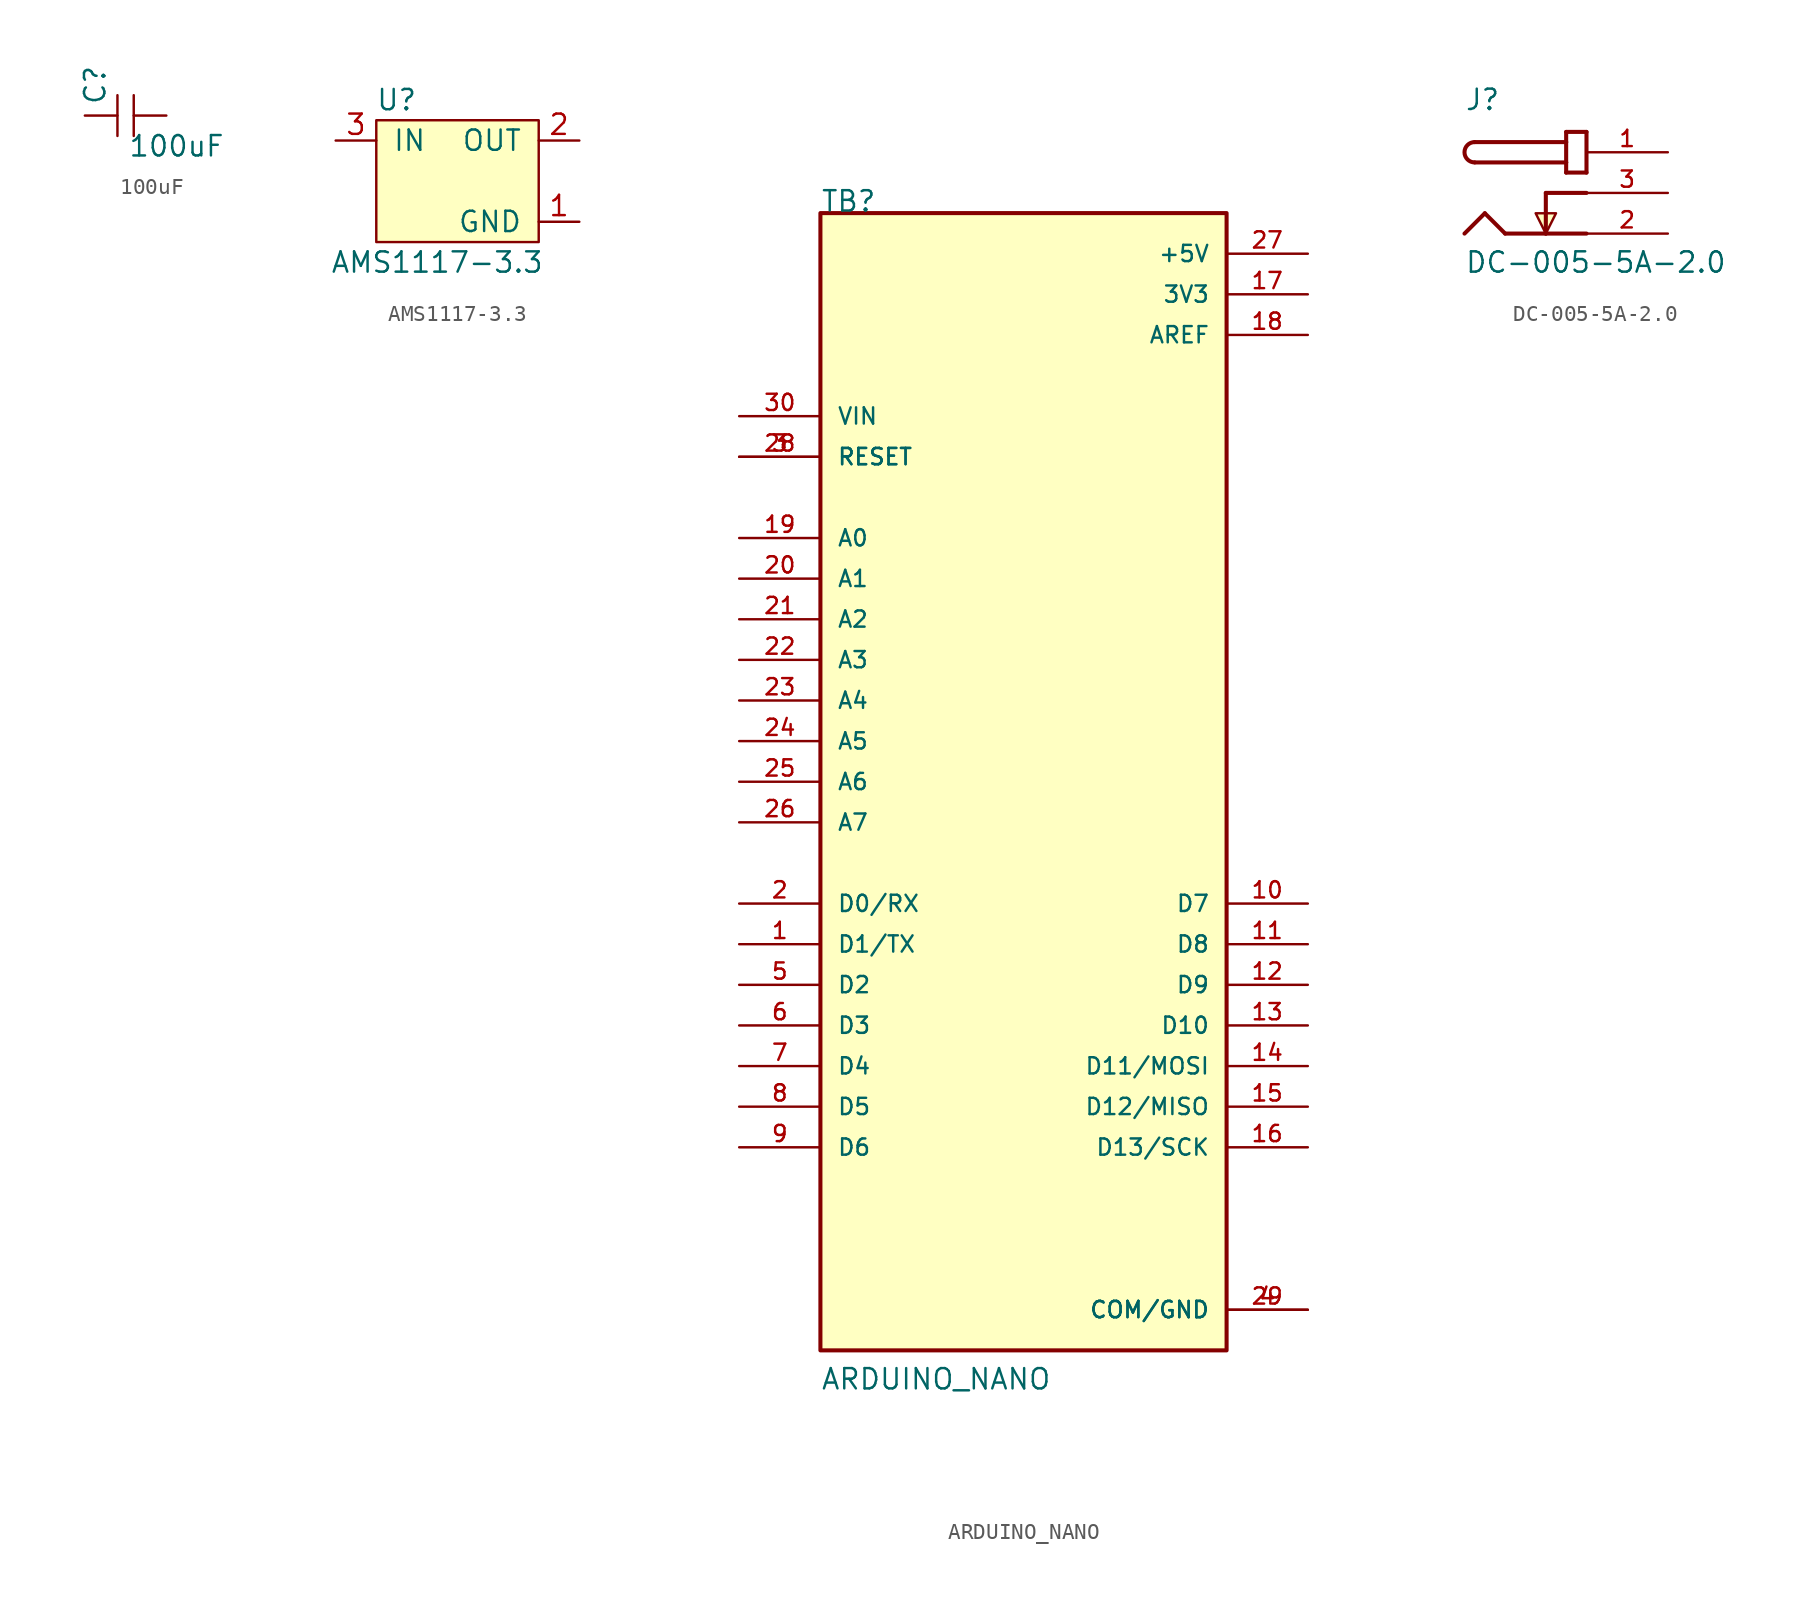
<source format=kicad_sym>
(kicad_symbol_lib
  (version 20211014)
  (generator kicad_symbol_editor)
  (symbol "100uF"
    (pin_numbers hide)
    (pin_names
      (offset 1.016) hide)
    (property "Reference" "C"
      (at -1.905 1.905 90)
      (effects (font (size 1.27 1.27))))
    (property "Value" "100uF"
      (at 3.175 -1.905 0)
      (effects (font (size 1.27 1.27))))
    (symbol "100uF_0_1"
      (polyline (pts (xy -0.508 1.27) (xy -0.508 -1.27)) (stroke (width 0) (type default) (color 0 0 0 0)) (fill (type none)))
      (polyline (pts (xy 0.508 1.27) (xy 0.508 -1.27)) (stroke (width 0) (type default) (color 0 0 0 0)) (fill (type none))))
    (symbol "100uF_1_1"
      (pin input line (at -2.54 0 0) (length 2.032) (name "1" (effects (font (size 1.27 1.27)))) (number "1" (effects (font (size 1.27 1.27)))))
      (pin input line (at 2.54 0 180) (length 2.032) (name "2" (effects (font (size 1.27 1.27)))) (number "2" (effects (font (size 1.27 1.27)))))))
  (symbol "AMS1117-3.3"
    (pin_names
      (offset 1.016))
    (property "Reference" "U"
      (at -3.81 3.81 0)
      (effects (font (size 1.27 1.27))))
    (property "Value" "AMS1117-3.3"
      (at -1.27 -6.35 0)
      (effects (font (size 1.27 1.27))))
    (symbol "AMS1117-3.3_0_1"
      (rectangle (start -5.08 2.54) (end 5.08 -5.08) (stroke (width 0) (type default) (color 0 0 0 0)) (fill (type background))))
    (symbol "AMS1117-3.3_1_1"
      (pin passive line (at 7.62 -3.81 180) (length 2.54) (name "GND" (effects (font (size 1.27 1.27)))) (number "1" (effects (font (size 1.27 1.27)))))
      (pin passive line (at 7.62 1.27 180) (length 2.54) (name "OUT" (effects (font (size 1.27 1.27)))) (number "2" (effects (font (size 1.27 1.27)))))
      (pin passive line (at -7.62 1.27 0) (length 2.54) (name "IN" (effects (font (size 1.27 1.27)))) (number "3" (effects (font (size 1.27 1.27)))))
      (pin passive line (at 7.62 1.27 180) (length 2.54) hide (name "OUT" (effects (font (size 1.27 1.27)))) (number "4" (effects (font (size 1.27 1.27)))))))
  (symbol "ARDUINO_NANO"
    (pin_names
      (offset 1.016))
    (property "Reference" "TB"
      (at -12.7 35.56 0)
      (effects (font (size 1.27 1.27)) (justify left bottom)))
    (property "Value" "ARDUINO_NANO"
      (at -12.7 -38.1 0)
      (effects (font (size 1.27 1.27)) (justify left bottom)))
    (property "ki_locked" ""
      (at 0 0 0)
      (effects (font (size 1.27 1.27))))
    (symbol "ARDUINO_NANO_0_0"
      (rectangle (start -12.7 -35.56) (end 12.7 35.56) (stroke (width 0.254) (type default) (color 0 0 0 0)) (fill (type background)))
      (pin bidirectional line (at -17.78 -10.16 0) (length 5.08) (name "D1/TX" (effects (font (size 1.016 1.016)))) (number "1" (effects (font (size 1.016 1.016)))))
      (pin bidirectional line (at 17.78 -7.62 180) (length 5.08) (name "D7" (effects (font (size 1.016 1.016)))) (number "10" (effects (font (size 1.016 1.016)))))
      (pin bidirectional line (at 17.78 -10.16 180) (length 5.08) (name "D8" (effects (font (size 1.016 1.016)))) (number "11" (effects (font (size 1.016 1.016)))))
      (pin bidirectional line (at 17.78 -12.7 180) (length 5.08) (name "D9" (effects (font (size 1.016 1.016)))) (number "12" (effects (font (size 1.016 1.016)))))
      (pin bidirectional line (at 17.78 -15.24 180) (length 5.08) (name "D10" (effects (font (size 1.016 1.016)))) (number "13" (effects (font (size 1.016 1.016)))))
      (pin bidirectional line (at 17.78 -17.78 180) (length 5.08) (name "D11/MOSI" (effects (font (size 1.016 1.016)))) (number "14" (effects (font (size 1.016 1.016)))))
      (pin bidirectional line (at 17.78 -20.32 180) (length 5.08) (name "D12/MISO" (effects (font (size 1.016 1.016)))) (number "15" (effects (font (size 1.016 1.016)))))
      (pin bidirectional line (at 17.78 -22.86 180) (length 5.08) (name "D13/SCK" (effects (font (size 1.016 1.016)))) (number "16" (effects (font (size 1.016 1.016)))))
      (pin power_in line (at 17.78 30.48 180) (length 5.08) (name "3V3" (effects (font (size 1.016 1.016)))) (number "17" (effects (font (size 1.016 1.016)))))
      (pin power_in line (at 17.78 27.94 180) (length 5.08) (name "AREF" (effects (font (size 1.016 1.016)))) (number "18" (effects (font (size 1.016 1.016)))))
      (pin input line (at -17.78 15.24 0) (length 5.08) (name "A0" (effects (font (size 1.016 1.016)))) (number "19" (effects (font (size 1.016 1.016)))))
      (pin bidirectional line (at -17.78 -7.62 0) (length 5.08) (name "D0/RX" (effects (font (size 1.016 1.016)))) (number "2" (effects (font (size 1.016 1.016)))))
      (pin input line (at -17.78 12.7 0) (length 5.08) (name "A1" (effects (font (size 1.016 1.016)))) (number "20" (effects (font (size 1.016 1.016)))))
      (pin input line (at -17.78 10.16 0) (length 5.08) (name "A2" (effects (font (size 1.016 1.016)))) (number "21" (effects (font (size 1.016 1.016)))))
      (pin input line (at -17.78 7.62 0) (length 5.08) (name "A3" (effects (font (size 1.016 1.016)))) (number "22" (effects (font (size 1.016 1.016)))))
      (pin input line (at -17.78 5.08 0) (length 5.08) (name "A4" (effects (font (size 1.016 1.016)))) (number "23" (effects (font (size 1.016 1.016)))))
      (pin input line (at -17.78 2.54 0) (length 5.08) (name "A5" (effects (font (size 1.016 1.016)))) (number "24" (effects (font (size 1.016 1.016)))))
      (pin input line (at -17.78 0 0) (length 5.08) (name "A6" (effects (font (size 1.016 1.016)))) (number "25" (effects (font (size 1.016 1.016)))))
      (pin input line (at -17.78 -2.54 0) (length 5.08) (name "A7" (effects (font (size 1.016 1.016)))) (number "26" (effects (font (size 1.016 1.016)))))
      (pin power_in line (at 17.78 33.02 180) (length 5.08) (name "+5V" (effects (font (size 1.016 1.016)))) (number "27" (effects (font (size 1.016 1.016)))))
      (pin input line (at -17.78 20.32 0) (length 5.08) (name "RESET" (effects (font (size 1.016 1.016)))) (number "28" (effects (font (size 1.016 1.016)))))
      (pin power_in line (at 17.78 -33.02 180) (length 5.08) (name "COM/GND" (effects (font (size 1.016 1.016)))) (number "29" (effects (font (size 1.016 1.016)))))
      (pin input line (at -17.78 20.32 0) (length 5.08) (name "RESET" (effects (font (size 1.016 1.016)))) (number "3" (effects (font (size 1.016 1.016)))))
      (pin input line (at -17.78 22.86 0) (length 5.08) (name "VIN" (effects (font (size 1.016 1.016)))) (number "30" (effects (font (size 1.016 1.016)))))
      (pin power_in line (at 17.78 -33.02 180) (length 5.08) (name "COM/GND" (effects (font (size 1.016 1.016)))) (number "4" (effects (font (size 1.016 1.016)))))
      (pin bidirectional line (at -17.78 -12.7 0) (length 5.08) (name "D2" (effects (font (size 1.016 1.016)))) (number "5" (effects (font (size 1.016 1.016)))))
      (pin bidirectional line (at -17.78 -15.24 0) (length 5.08) (name "D3" (effects (font (size 1.016 1.016)))) (number "6" (effects (font (size 1.016 1.016)))))
      (pin bidirectional line (at -17.78 -17.78 0) (length 5.08) (name "D4" (effects (font (size 1.016 1.016)))) (number "7" (effects (font (size 1.016 1.016)))))
      (pin bidirectional line (at -17.78 -20.32 0) (length 5.08) (name "D5" (effects (font (size 1.016 1.016)))) (number "8" (effects (font (size 1.016 1.016)))))
      (pin bidirectional line (at -17.78 -22.86 0) (length 5.08) (name "D6" (effects (font (size 1.016 1.016)))) (number "9" (effects (font (size 1.016 1.016)))))))
  (symbol "DC-005-5A-2.0"
    (pin_names
      (offset 1.016) hide)
    (property "Reference" "J"
      (at -5.08 5.08 0)
      (effects (font (size 1.27 1.27)) (justify left bottom)))
    (property "Value" "DC-005-5A-2.0"
      (at -5.08 -5.08 0)
      (effects (font (size 1.27 1.27)) (justify left bottom)))
    (property "ki_locked" ""
      (at 0 0 0)
      (effects (font (size 1.27 1.27))))
    (symbol "DC-005-5A-2.0_0_0"
      (arc (start -4.445 3.175) (mid -5.08 2.54) (end -4.445 1.905) (stroke (width 0.254) (type default) (color 0 0 0 0)) (fill (type none)))
      (polyline (pts (xy -4.445 1.905) (xy 1.27 1.905)) (stroke (width 0.254) (type default) (color 0 0 0 0)) (fill (type none)))
      (polyline (pts (xy -4.445 3.175) (xy 1.27 3.175)) (stroke (width 0.254) (type default) (color 0 0 0 0)) (fill (type none)))
      (polyline (pts (xy -3.81 -1.27) (xy -5.08 -2.54)) (stroke (width 0.254) (type default) (color 0 0 0 0)) (fill (type none)))
      (polyline (pts (xy -2.54 -2.54) (xy -3.81 -1.27)) (stroke (width 0.254) (type default) (color 0 0 0 0)) (fill (type none)))
      (polyline (pts (xy 0 -2.54) (xy -2.54 -2.54)) (stroke (width 0.254) (type default) (color 0 0 0 0)) (fill (type none)))
      (polyline (pts (xy 0 0) (xy 0 -2.54)) (stroke (width 0.254) (type default) (color 0 0 0 0)) (fill (type none)))
      (polyline (pts (xy 1.27 1.27) (xy 2.54 1.27)) (stroke (width 0.254) (type default) (color 0 0 0 0)) (fill (type none)))
      (polyline (pts (xy 1.27 1.905) (xy 1.27 1.27)) (stroke (width 0.254) (type default) (color 0 0 0 0)) (fill (type none)))
      (polyline (pts (xy 1.27 3.175) (xy 1.27 1.905)) (stroke (width 0.254) (type default) (color 0 0 0 0)) (fill (type none)))
      (polyline (pts (xy 1.27 3.81) (xy 1.27 3.175)) (stroke (width 0.254) (type default) (color 0 0 0 0)) (fill (type none)))
      (polyline (pts (xy 2.54 -2.54) (xy 0 -2.54)) (stroke (width 0.254) (type default) (color 0 0 0 0)) (fill (type none)))
      (polyline (pts (xy 2.54 0) (xy 0 0)) (stroke (width 0.254) (type default) (color 0 0 0 0)) (fill (type none)))
      (polyline (pts (xy 2.54 3.81) (xy 1.27 3.81)) (stroke (width 0.254) (type default) (color 0 0 0 0)) (fill (type none)))
      (polyline (pts (xy 2.54 3.81) (xy 2.54 1.27)) (stroke (width 0.254) (type default) (color 0 0 0 0)) (fill (type none)))
      (polyline (pts (xy -0.635 -1.27) (xy 0.635 -1.27) (xy 0 -2.54) (xy -0.635 -1.27)) (stroke (width 0.152) (type default) (color 0 0 0 0)) (fill (type background)))
      (pin passive line (at 7.62 2.54 180) (length 5.08) (name "~" (effects (font (size 1.016 1.016)))) (number "1" (effects (font (size 1.016 1.016)))))
      (pin passive line (at 7.62 -2.54 180) (length 5.08) (name "~" (effects (font (size 1.016 1.016)))) (number "2" (effects (font (size 1.016 1.016)))))
      (pin passive line (at 7.62 0 180) (length 5.08) (name "~" (effects (font (size 1.016 1.016)))) (number "3" (effects (font (size 1.016 1.016))))))))
</source>
